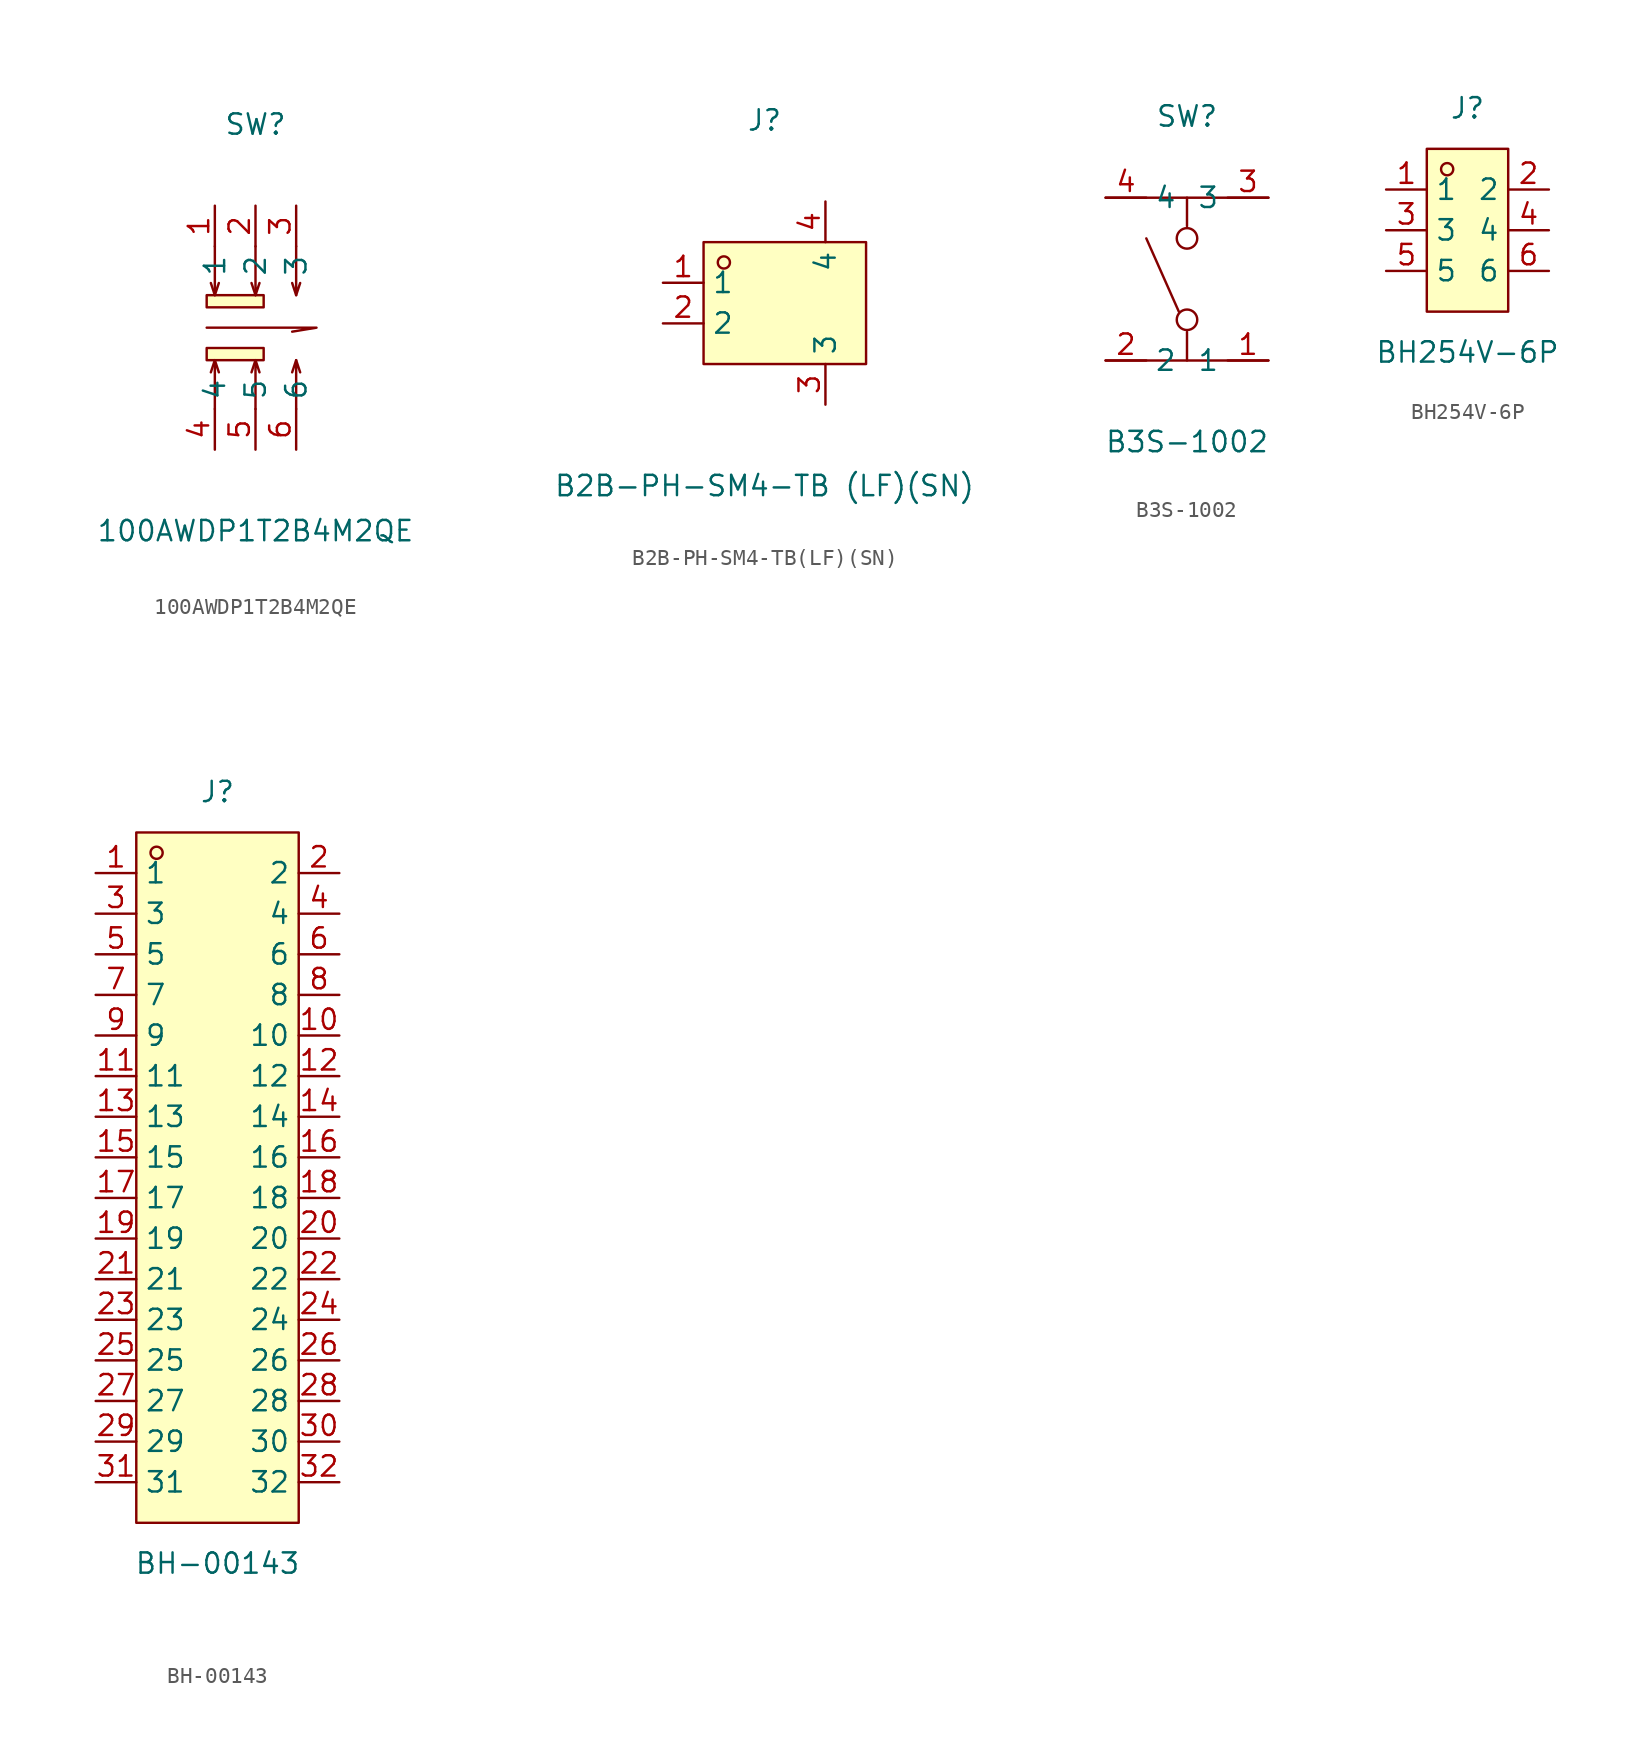
<source format=kicad_sym>
(kicad_symbol_lib
  (version 20211014)
  (generator https://github.com/uPesy/easyeda2kicad.py)
  (symbol "100AWDP1T2B4M2QE"
    (property "Reference" "SW"
      (at 0 12.70 0)
      (effects (font (size 1.27 1.27))))
    (property "Value" "100AWDP1T2B4M2QE"
      (at 0 -12.70 0)
      (effects (font (size 1.27 1.27))))
    (symbol "100AWDP1T2B4M2QE_0_1"
      (rectangle (start -3.05 -1.27) (end 0.51 -2.03) (stroke (width 0) (type default) (color 0 0 0 0)) (fill (type background)))
      (rectangle (start -3.05 2.03) (end 0.51 1.27) (stroke (width 0) (type default) (color 0 0 0 0)) (fill (type background)))
      (polyline (pts (xy -3.05 -0.00) (xy 3.81 -0.00) (xy 2.29 -0.25)) (stroke (width 0) (type default) (color 0 0 0 0)) (fill (type none)))
      (polyline (pts (xy -2.54 -5.08) (xy -2.54 -2.03) (xy -2.29 -2.79)) (stroke (width 0) (type default) (color 0 0 0 0)) (fill (type none)))
      (polyline (pts (xy -2.54 -2.03) (xy -2.79 -2.79)) (stroke (width 0) (type default) (color 0 0 0 0)) (fill (type none)))
      (polyline (pts (xy 0.00 -5.08) (xy 0.00 -2.03) (xy 0.25 -2.79)) (stroke (width 0) (type default) (color 0 0 0 0)) (fill (type none)))
      (polyline (pts (xy 0.00 -2.03) (xy -0.25 -2.79)) (stroke (width 0) (type default) (color 0 0 0 0)) (fill (type none)))
      (polyline (pts (xy 2.54 -5.08) (xy 2.54 -2.03) (xy 2.79 -2.79)) (stroke (width 0) (type default) (color 0 0 0 0)) (fill (type none)))
      (polyline (pts (xy 2.54 -2.03) (xy 2.29 -2.79)) (stroke (width 0) (type default) (color 0 0 0 0)) (fill (type none)))
      (polyline (pts (xy -2.54 5.08) (xy -2.54 2.03) (xy -2.29 2.79)) (stroke (width 0) (type default) (color 0 0 0 0)) (fill (type none)))
      (polyline (pts (xy -2.54 2.03) (xy -2.79 2.79)) (stroke (width 0) (type default) (color 0 0 0 0)) (fill (type none)))
      (polyline (pts (xy 0.00 5.08) (xy 0.00 2.03) (xy 0.25 2.79)) (stroke (width 0) (type default) (color 0 0 0 0)) (fill (type none)))
      (polyline (pts (xy 0.00 2.03) (xy -0.25 2.79)) (stroke (width 0) (type default) (color 0 0 0 0)) (fill (type none)))
      (polyline (pts (xy 2.54 5.08) (xy 2.54 2.03) (xy 2.79 2.79)) (stroke (width 0) (type default) (color 0 0 0 0)) (fill (type none)))
      (polyline (pts (xy 2.54 2.03) (xy 2.29 2.79)) (stroke (width 0) (type default) (color 0 0 0 0)) (fill (type none)))
      (pin unspecified line (at -2.54 7.62 270) (length 2.54) (name "1" (effects (font (size 1.27 1.27)))) (number "1" (effects (font (size 1.27 1.27)))))
      (pin unspecified line (at 0.00 7.62 270) (length 2.54) (name "2" (effects (font (size 1.27 1.27)))) (number "2" (effects (font (size 1.27 1.27)))))
      (pin unspecified line (at 2.54 7.62 270) (length 2.54) (name "3" (effects (font (size 1.27 1.27)))) (number "3" (effects (font (size 1.27 1.27)))))
      (pin unspecified line (at -2.54 -7.62 90) (length 2.54) (name "4" (effects (font (size 1.27 1.27)))) (number "4" (effects (font (size 1.27 1.27)))))
      (pin unspecified line (at 0.00 -7.62 90) (length 2.54) (name "5" (effects (font (size 1.27 1.27)))) (number "5" (effects (font (size 1.27 1.27)))))
      (pin unspecified line (at 2.54 -7.62 90) (length 2.54) (name "6" (effects (font (size 1.27 1.27)))) (number "6" (effects (font (size 1.27 1.27)))))))
  (symbol "B2B-PH-SM4-TB(LF)(SN)"
    (property "Reference" "J"
      (at 0 11.43 0)
      (effects (font (size 1.27 1.27))))
    (property "Value" "B2B-PH-SM4-TB (LF)(SN)"
      (at 0 -11.43 0)
      (effects (font (size 1.27 1.27))))
    (symbol "B2B-PH-SM4-TB(LF)(SN)_0_1"
      (rectangle (start -3.81 3.81) (end 6.35 -3.81) (stroke (width 0) (type default) (color 0 0 0 0)) (fill (type background)))
      (circle (center -2.54 2.54) (radius 0.38) (stroke (width 0) (type default) (color 0 0 0 0)) (fill (type none)))
      (pin unspecified line (at -6.35 1.27 0) (length 2.54) (name "1" (effects (font (size 1.27 1.27)))) (number "1" (effects (font (size 1.27 1.27)))))
      (pin unspecified line (at -6.35 -1.27 0) (length 2.54) (name "2" (effects (font (size 1.27 1.27)))) (number "2" (effects (font (size 1.27 1.27)))))
      (pin unspecified line (at 3.81 -6.35 90) (length 2.54) (name "3" (effects (font (size 1.27 1.27)))) (number "3" (effects (font (size 1.27 1.27)))))
      (pin unspecified line (at 3.81 6.35 270) (length 2.54) (name "4" (effects (font (size 1.27 1.27)))) (number "4" (effects (font (size 1.27 1.27)))))))
  (symbol "B3S-1002"
    (property "Reference" "SW"
      (at 0 10.16 0)
      (effects (font (size 1.27 1.27))))
    (property "Value" "B3S-1002"
      (at 0 -10.16 0)
      (effects (font (size 1.27 1.27))))
    (symbol "B3S-1002_0_1"
      (circle (center 0.00 -2.54) (radius 0.64) (stroke (width 0) (type default) (color 0 0 0 0)) (fill (type none)))
      (circle (center 0.00 2.54) (radius 0.64) (stroke (width 0) (type default) (color 0 0 0 0)) (fill (type none)))
      (polyline (pts (xy 0.00 -3.30) (xy 0.00 -5.08)) (stroke (width 0) (type default) (color 0 0 0 0)) (fill (type none)))
      (polyline (pts (xy 0.00 3.30) (xy 0.00 5.08)) (stroke (width 0) (type default) (color 0 0 0 0)) (fill (type none)))
      (polyline (pts (xy -5.08 5.08) (xy 5.08 5.08)) (stroke (width 0) (type default) (color 0 0 0 0)) (fill (type none)))
      (polyline (pts (xy -5.08 -5.08) (xy 5.08 -5.08)) (stroke (width 0) (type default) (color 0 0 0 0)) (fill (type none)))
      (polyline (pts (xy -0.51 -2.03) (xy -2.54 2.54)) (stroke (width 0) (type default) (color 0 0 0 0)) (fill (type none)))
      (pin unspecified line (at -5.08 -5.08 0) (length 2.54) (name "2" (effects (font (size 1.27 1.27)))) (number "2" (effects (font (size 1.27 1.27)))))
      (pin unspecified line (at 5.08 -5.08 180) (length 2.54) (name "1" (effects (font (size 1.27 1.27)))) (number "1" (effects (font (size 1.27 1.27)))))
      (pin unspecified line (at -5.08 5.08 0) (length 2.54) (name "4" (effects (font (size 1.27 1.27)))) (number "4" (effects (font (size 1.27 1.27)))))
      (pin unspecified line (at 5.08 5.08 180) (length 2.54) (name "3" (effects (font (size 1.27 1.27)))) (number "3" (effects (font (size 1.27 1.27)))))))
  (symbol "BH254V-6P"
    (property "Reference" "J"
      (at 0 7.62 0)
      (effects (font (size 1.27 1.27))))
    (property "Value" "BH254V-6P"
      (at 0 -7.62 0)
      (effects (font (size 1.27 1.27))))
    (symbol "BH254V-6P_0_1"
      (rectangle (start -2.54 5.08) (end 2.54 -5.08) (stroke (width 0) (type default) (color 0 0 0 0)) (fill (type background)))
      (circle (center -1.27 3.81) (radius 0.38) (stroke (width 0) (type default) (color 0 0 0 0)) (fill (type none)))
      (pin unspecified line (at -5.08 2.54 0) (length 2.54) (name "1" (effects (font (size 1.27 1.27)))) (number "1" (effects (font (size 1.27 1.27)))))
      (pin unspecified line (at 5.08 -2.54 180) (length 2.54) (name "6" (effects (font (size 1.27 1.27)))) (number "6" (effects (font (size 1.27 1.27)))))
      (pin unspecified line (at -5.08 -0.00 0) (length 2.54) (name "3" (effects (font (size 1.27 1.27)))) (number "3" (effects (font (size 1.27 1.27)))))
      (pin unspecified line (at 5.08 -0.00 180) (length 2.54) (name "4" (effects (font (size 1.27 1.27)))) (number "4" (effects (font (size 1.27 1.27)))))
      (pin unspecified line (at -5.08 -2.54 0) (length 2.54) (name "5" (effects (font (size 1.27 1.27)))) (number "5" (effects (font (size 1.27 1.27)))))
      (pin unspecified line (at 5.08 2.54 180) (length 2.54) (name "2" (effects (font (size 1.27 1.27)))) (number "2" (effects (font (size 1.27 1.27)))))))
  (symbol "BH-00143"
    (property "Reference" "J"
      (at 0 24.13 0)
      (effects (font (size 1.27 1.27))))
    (property "Value" "BH-00143"
      (at 0 -24.13 0)
      (effects (font (size 1.27 1.27))))
    (symbol "BH-00143_0_1"
      (rectangle (start -5.08 21.59) (end 5.08 -21.59) (stroke (width 0) (type default) (color 0 0 0 0)) (fill (type background)))
      (circle (center -3.81 20.32) (radius 0.38) (stroke (width 0) (type default) (color 0 0 0 0)) (fill (type none)))
      (pin unspecified line (at -7.62 19.05 0) (length 2.54) (name "1" (effects (font (size 1.27 1.27)))) (number "1" (effects (font (size 1.27 1.27)))))
      (pin unspecified line (at 7.62 -19.05 180) (length 2.54) (name "32" (effects (font (size 1.27 1.27)))) (number "32" (effects (font (size 1.27 1.27)))))
      (pin unspecified line (at -7.62 16.51 0) (length 2.54) (name "3" (effects (font (size 1.27 1.27)))) (number "3" (effects (font (size 1.27 1.27)))))
      (pin unspecified line (at 7.62 -16.51 180) (length 2.54) (name "30" (effects (font (size 1.27 1.27)))) (number "30" (effects (font (size 1.27 1.27)))))
      (pin unspecified line (at -7.62 13.97 0) (length 2.54) (name "5" (effects (font (size 1.27 1.27)))) (number "5" (effects (font (size 1.27 1.27)))))
      (pin unspecified line (at 7.62 -13.97 180) (length 2.54) (name "28" (effects (font (size 1.27 1.27)))) (number "28" (effects (font (size 1.27 1.27)))))
      (pin unspecified line (at -7.62 11.43 0) (length 2.54) (name "7" (effects (font (size 1.27 1.27)))) (number "7" (effects (font (size 1.27 1.27)))))
      (pin unspecified line (at 7.62 -11.43 180) (length 2.54) (name "26" (effects (font (size 1.27 1.27)))) (number "26" (effects (font (size 1.27 1.27)))))
      (pin unspecified line (at -7.62 8.89 0) (length 2.54) (name "9" (effects (font (size 1.27 1.27)))) (number "9" (effects (font (size 1.27 1.27)))))
      (pin unspecified line (at 7.62 -8.89 180) (length 2.54) (name "24" (effects (font (size 1.27 1.27)))) (number "24" (effects (font (size 1.27 1.27)))))
      (pin unspecified line (at -7.62 6.35 0) (length 2.54) (name "11" (effects (font (size 1.27 1.27)))) (number "11" (effects (font (size 1.27 1.27)))))
      (pin unspecified line (at 7.62 -6.35 180) (length 2.54) (name "22" (effects (font (size 1.27 1.27)))) (number "22" (effects (font (size 1.27 1.27)))))
      (pin unspecified line (at -7.62 3.81 0) (length 2.54) (name "13" (effects (font (size 1.27 1.27)))) (number "13" (effects (font (size 1.27 1.27)))))
      (pin unspecified line (at 7.62 -3.81 180) (length 2.54) (name "20" (effects (font (size 1.27 1.27)))) (number "20" (effects (font (size 1.27 1.27)))))
      (pin unspecified line (at -7.62 1.27 0) (length 2.54) (name "15" (effects (font (size 1.27 1.27)))) (number "15" (effects (font (size 1.27 1.27)))))
      (pin unspecified line (at 7.62 -1.27 180) (length 2.54) (name "18" (effects (font (size 1.27 1.27)))) (number "18" (effects (font (size 1.27 1.27)))))
      (pin unspecified line (at -7.62 -1.27 0) (length 2.54) (name "17" (effects (font (size 1.27 1.27)))) (number "17" (effects (font (size 1.27 1.27)))))
      (pin unspecified line (at 7.62 1.27 180) (length 2.54) (name "16" (effects (font (size 1.27 1.27)))) (number "16" (effects (font (size 1.27 1.27)))))
      (pin unspecified line (at -7.62 -3.81 0) (length 2.54) (name "19" (effects (font (size 1.27 1.27)))) (number "19" (effects (font (size 1.27 1.27)))))
      (pin unspecified line (at 7.62 3.81 180) (length 2.54) (name "14" (effects (font (size 1.27 1.27)))) (number "14" (effects (font (size 1.27 1.27)))))
      (pin unspecified line (at -7.62 -6.35 0) (length 2.54) (name "21" (effects (font (size 1.27 1.27)))) (number "21" (effects (font (size 1.27 1.27)))))
      (pin unspecified line (at 7.62 6.35 180) (length 2.54) (name "12" (effects (font (size 1.27 1.27)))) (number "12" (effects (font (size 1.27 1.27)))))
      (pin unspecified line (at -7.62 -8.89 0) (length 2.54) (name "23" (effects (font (size 1.27 1.27)))) (number "23" (effects (font (size 1.27 1.27)))))
      (pin unspecified line (at 7.62 8.89 180) (length 2.54) (name "10" (effects (font (size 1.27 1.27)))) (number "10" (effects (font (size 1.27 1.27)))))
      (pin unspecified line (at -7.62 -11.43 0) (length 2.54) (name "25" (effects (font (size 1.27 1.27)))) (number "25" (effects (font (size 1.27 1.27)))))
      (pin unspecified line (at 7.62 11.43 180) (length 2.54) (name "8" (effects (font (size 1.27 1.27)))) (number "8" (effects (font (size 1.27 1.27)))))
      (pin unspecified line (at -7.62 -13.97 0) (length 2.54) (name "27" (effects (font (size 1.27 1.27)))) (number "27" (effects (font (size 1.27 1.27)))))
      (pin unspecified line (at 7.62 13.97 180) (length 2.54) (name "6" (effects (font (size 1.27 1.27)))) (number "6" (effects (font (size 1.27 1.27)))))
      (pin unspecified line (at -7.62 -16.51 0) (length 2.54) (name "29" (effects (font (size 1.27 1.27)))) (number "29" (effects (font (size 1.27 1.27)))))
      (pin unspecified line (at 7.62 16.51 180) (length 2.54) (name "4" (effects (font (size 1.27 1.27)))) (number "4" (effects (font (size 1.27 1.27)))))
      (pin unspecified line (at -7.62 -19.05 0) (length 2.54) (name "31" (effects (font (size 1.27 1.27)))) (number "31" (effects (font (size 1.27 1.27)))))
      (pin unspecified line (at 7.62 19.05 180) (length 2.54) (name "2" (effects (font (size 1.27 1.27)))) (number "2" (effects (font (size 1.27 1.27))))))))
</source>
